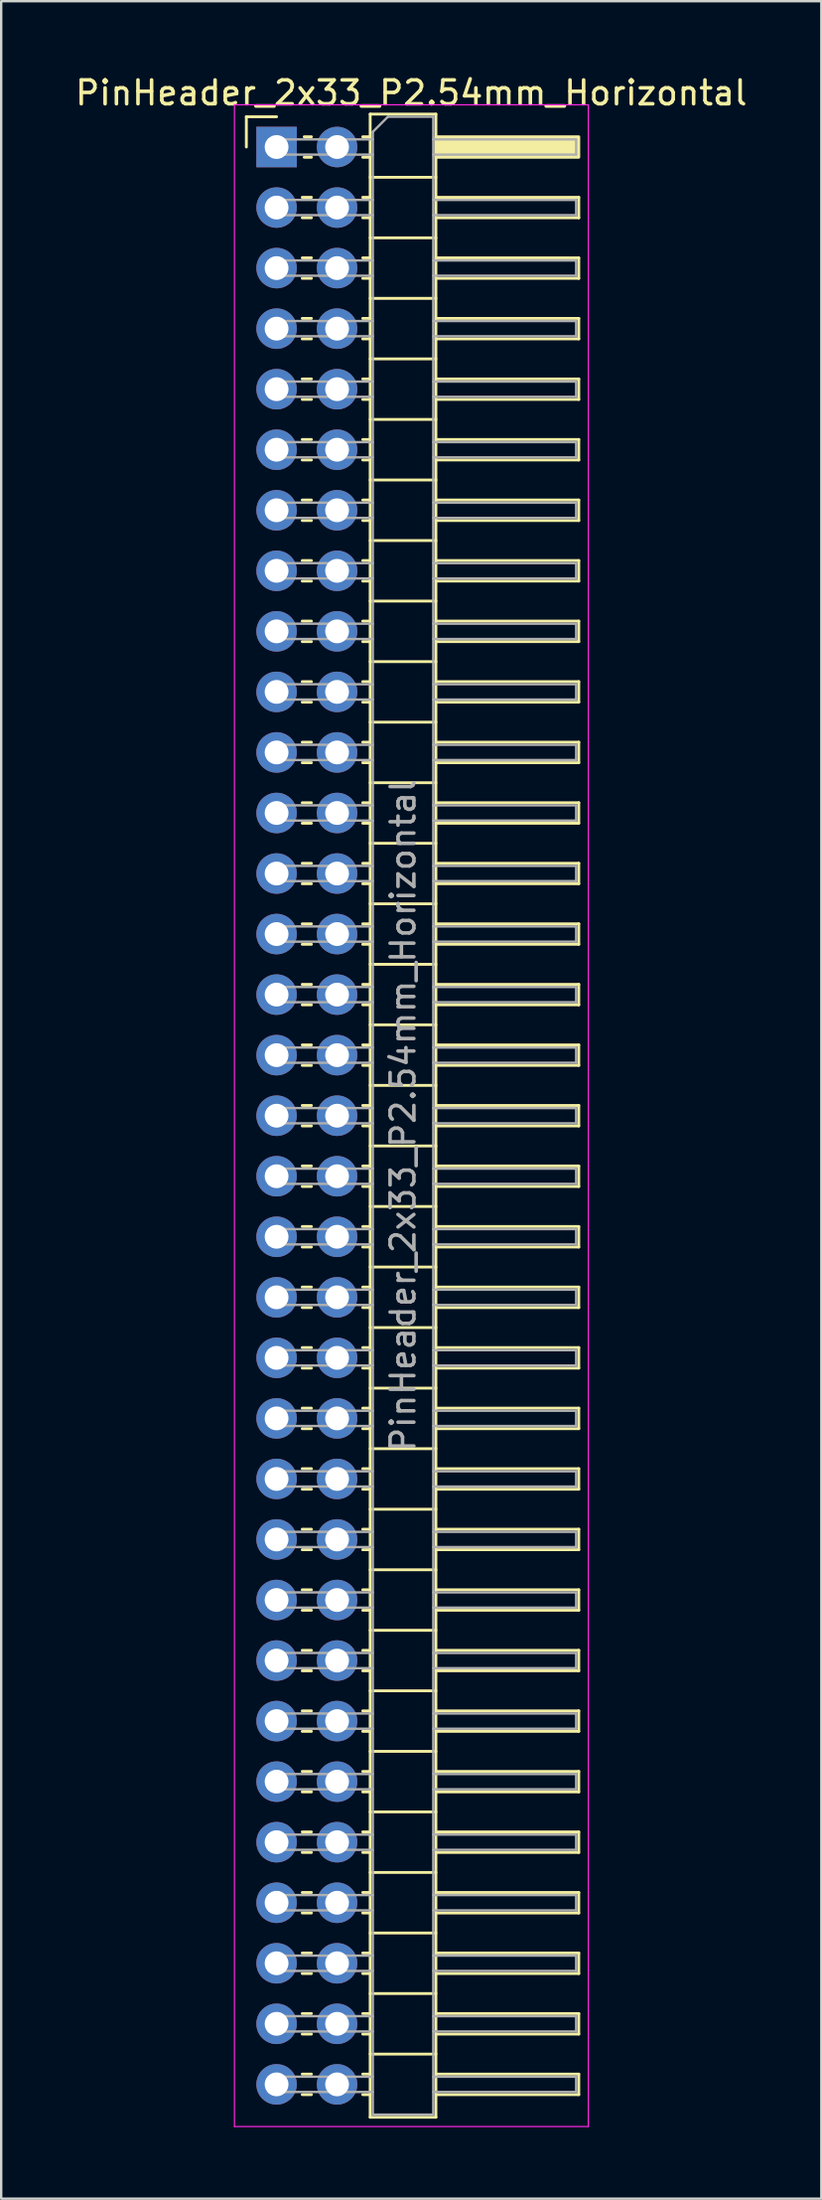
<source format=kicad_pcb>
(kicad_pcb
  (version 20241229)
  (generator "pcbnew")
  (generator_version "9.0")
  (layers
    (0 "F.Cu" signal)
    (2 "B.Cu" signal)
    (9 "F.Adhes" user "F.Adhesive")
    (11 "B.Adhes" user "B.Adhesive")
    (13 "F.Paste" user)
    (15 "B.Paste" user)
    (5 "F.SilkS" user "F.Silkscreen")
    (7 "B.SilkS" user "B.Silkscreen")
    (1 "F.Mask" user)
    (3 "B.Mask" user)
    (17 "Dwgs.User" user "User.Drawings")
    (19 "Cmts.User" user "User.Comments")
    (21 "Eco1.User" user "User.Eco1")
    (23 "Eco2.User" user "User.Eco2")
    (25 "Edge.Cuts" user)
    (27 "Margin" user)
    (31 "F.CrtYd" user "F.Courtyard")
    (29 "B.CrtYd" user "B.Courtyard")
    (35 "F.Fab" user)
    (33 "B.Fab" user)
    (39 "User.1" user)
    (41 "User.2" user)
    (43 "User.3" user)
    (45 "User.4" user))
  (footprint "PinHeader_2x33_P2.54mm_Horizontal"
    (layer "F.Cu")
    (at 8.565 3.118)
    (property "Reference" "PinHeader_2x33_P2.54mm_Horizontal" (at 5.655 -2.27 0) (layer "F.SilkS") (effects (font (size 1 1) (thickness 0.15))))
    (attr through_hole)
    (fp_line (start -1.27 -1.27) (end 0 -1.27) (stroke (width 0.12) (type solid)) (layer "F.SilkS"))
    (fp_line (start -1.27 0) (end -1.27 -1.27) (stroke (width 0.12) (type solid)) (layer "F.SilkS"))
    (fp_line (start 1.077 2.11) (end 1.463 2.11) (stroke (width 0.12) (type solid)) (layer "F.SilkS"))
    (fp_line (start 1.077 2.97) (end 1.463 2.97) (stroke (width 0.12) (type solid)) (layer "F.SilkS"))
    (fp_line (start 1.077 4.65) (end 1.463 4.65) (stroke (width 0.12) (type solid)) (layer "F.SilkS"))
    (fp_line (start 1.077 5.51) (end 1.463 5.51) (stroke (width 0.12) (type solid)) (layer "F.SilkS"))
    (fp_line (start 1.077 7.19) (end 1.463 7.19) (stroke (width 0.12) (type solid)) (layer "F.SilkS"))
    (fp_line (start 1.077 8.05) (end 1.463 8.05) (stroke (width 0.12) (type solid)) (layer "F.SilkS"))
    (fp_line (start 1.077 9.73) (end 1.463 9.73) (stroke (width 0.12) (type solid)) (layer "F.SilkS"))
    (fp_line (start 1.077 10.59) (end 1.463 10.59) (stroke (width 0.12) (type solid)) (layer "F.SilkS"))
    (fp_line (start 1.077 12.27) (end 1.463 12.27) (stroke (width 0.12) (type solid)) (layer "F.SilkS"))
    (fp_line (start 1.077 13.13) (end 1.463 13.13) (stroke (width 0.12) (type solid)) (layer "F.SilkS"))
    (fp_line (start 1.077 14.81) (end 1.463 14.81) (stroke (width 0.12) (type solid)) (layer "F.SilkS"))
    (fp_line (start 1.077 15.67) (end 1.463 15.67) (stroke (width 0.12) (type solid)) (layer "F.SilkS"))
    (fp_line (start 1.077 17.35) (end 1.463 17.35) (stroke (width 0.12) (type solid)) (layer "F.SilkS"))
    (fp_line (start 1.077 18.21) (end 1.463 18.21) (stroke (width 0.12) (type solid)) (layer "F.SilkS"))
    (fp_line (start 1.077 19.89) (end 1.463 19.89) (stroke (width 0.12) (type solid)) (layer "F.SilkS"))
    (fp_line (start 1.077 20.75) (end 1.463 20.75) (stroke (width 0.12) (type solid)) (layer "F.SilkS"))
    (fp_line (start 1.077 22.43) (end 1.463 22.43) (stroke (width 0.12) (type solid)) (layer "F.SilkS"))
    (fp_line (start 1.077 23.29) (end 1.463 23.29) (stroke (width 0.12) (type solid)) (layer "F.SilkS"))
    (fp_line (start 1.077 24.97) (end 1.463 24.97) (stroke (width 0.12) (type solid)) (layer "F.SilkS"))
    (fp_line (start 1.077 25.83) (end 1.463 25.83) (stroke (width 0.12) (type solid)) (layer "F.SilkS"))
    (fp_line (start 1.077 27.51) (end 1.463 27.51) (stroke (width 0.12) (type solid)) (layer "F.SilkS"))
    (fp_line (start 1.077 28.37) (end 1.463 28.37) (stroke (width 0.12) (type solid)) (layer "F.SilkS"))
    (fp_line (start 1.077 30.05) (end 1.463 30.05) (stroke (width 0.12) (type solid)) (layer "F.SilkS"))
    (fp_line (start 1.077 30.91) (end 1.463 30.91) (stroke (width 0.12) (type solid)) (layer "F.SilkS"))
    (fp_line (start 1.077 32.59) (end 1.463 32.59) (stroke (width 0.12) (type solid)) (layer "F.SilkS"))
    (fp_line (start 1.077 33.45) (end 1.463 33.45) (stroke (width 0.12) (type solid)) (layer "F.SilkS"))
    (fp_line (start 1.077 35.13) (end 1.463 35.13) (stroke (width 0.12) (type solid)) (layer "F.SilkS"))
    (fp_line (start 1.077 35.99) (end 1.463 35.99) (stroke (width 0.12) (type solid)) (layer "F.SilkS"))
    (fp_line (start 1.077 37.67) (end 1.463 37.67) (stroke (width 0.12) (type solid)) (layer "F.SilkS"))
    (fp_line (start 1.077 38.53) (end 1.463 38.53) (stroke (width 0.12) (type solid)) (layer "F.SilkS"))
    (fp_line (start 1.077 40.21) (end 1.463 40.21) (stroke (width 0.12) (type solid)) (layer "F.SilkS"))
    (fp_line (start 1.077 41.07) (end 1.463 41.07) (stroke (width 0.12) (type solid)) (layer "F.SilkS"))
    (fp_line (start 1.077 42.75) (end 1.463 42.75) (stroke (width 0.12) (type solid)) (layer "F.SilkS"))
    (fp_line (start 1.077 43.61) (end 1.463 43.61) (stroke (width 0.12) (type solid)) (layer "F.SilkS"))
    (fp_line (start 1.077 45.29) (end 1.463 45.29) (stroke (width 0.12) (type solid)) (layer "F.SilkS"))
    (fp_line (start 1.077 46.15) (end 1.463 46.15) (stroke (width 0.12) (type solid)) (layer "F.SilkS"))
    (fp_line (start 1.077 47.83) (end 1.463 47.83) (stroke (width 0.12) (type solid)) (layer "F.SilkS"))
    (fp_line (start 1.077 48.69) (end 1.463 48.69) (stroke (width 0.12) (type solid)) (layer "F.SilkS"))
    (fp_line (start 1.077 50.37) (end 1.463 50.37) (stroke (width 0.12) (type solid)) (layer "F.SilkS"))
    (fp_line (start 1.077 51.23) (end 1.463 51.23) (stroke (width 0.12) (type solid)) (layer "F.SilkS"))
    (fp_line (start 1.077 52.91) (end 1.463 52.91) (stroke (width 0.12) (type solid)) (layer "F.SilkS"))
    (fp_line (start 1.077 53.77) (end 1.463 53.77) (stroke (width 0.12) (type solid)) (layer "F.SilkS"))
    (fp_line (start 1.077 55.45) (end 1.463 55.45) (stroke (width 0.12) (type solid)) (layer "F.SilkS"))
    (fp_line (start 1.077 56.31) (end 1.463 56.31) (stroke (width 0.12) (type solid)) (layer "F.SilkS"))
    (fp_line (start 1.077 57.99) (end 1.463 57.99) (stroke (width 0.12) (type solid)) (layer "F.SilkS"))
    (fp_line (start 1.077 58.85) (end 1.463 58.85) (stroke (width 0.12) (type solid)) (layer "F.SilkS"))
    (fp_line (start 1.077 60.53) (end 1.463 60.53) (stroke (width 0.12) (type solid)) (layer "F.SilkS"))
    (fp_line (start 1.077 61.39) (end 1.463 61.39) (stroke (width 0.12) (type solid)) (layer "F.SilkS"))
    (fp_line (start 1.077 63.07) (end 1.463 63.07) (stroke (width 0.12) (type solid)) (layer "F.SilkS"))
    (fp_line (start 1.077 63.93) (end 1.463 63.93) (stroke (width 0.12) (type solid)) (layer "F.SilkS"))
    (fp_line (start 1.077 65.61) (end 1.463 65.61) (stroke (width 0.12) (type solid)) (layer "F.SilkS"))
    (fp_line (start 1.077 66.47) (end 1.463 66.47) (stroke (width 0.12) (type solid)) (layer "F.SilkS"))
    (fp_line (start 1.077 68.15) (end 1.463 68.15) (stroke (width 0.12) (type solid)) (layer "F.SilkS"))
    (fp_line (start 1.077 69.01) (end 1.463 69.01) (stroke (width 0.12) (type solid)) (layer "F.SilkS"))
    (fp_line (start 1.077 70.69) (end 1.463 70.69) (stroke (width 0.12) (type solid)) (layer "F.SilkS"))
    (fp_line (start 1.077 71.55) (end 1.463 71.55) (stroke (width 0.12) (type solid)) (layer "F.SilkS"))
    (fp_line (start 1.077 73.23) (end 1.463 73.23) (stroke (width 0.12) (type solid)) (layer "F.SilkS"))
    (fp_line (start 1.077 74.09) (end 1.463 74.09) (stroke (width 0.12) (type solid)) (layer "F.SilkS"))
    (fp_line (start 1.077 75.77) (end 1.463 75.77) (stroke (width 0.12) (type solid)) (layer "F.SilkS"))
    (fp_line (start 1.077 76.63) (end 1.463 76.63) (stroke (width 0.12) (type solid)) (layer "F.SilkS"))
    (fp_line (start 1.077 78.31) (end 1.463 78.31) (stroke (width 0.12) (type solid)) (layer "F.SilkS"))
    (fp_line (start 1.077 79.17) (end 1.463 79.17) (stroke (width 0.12) (type solid)) (layer "F.SilkS"))
    (fp_line (start 1.077 80.85) (end 1.463 80.85) (stroke (width 0.12) (type solid)) (layer "F.SilkS"))
    (fp_line (start 1.077 81.71) (end 1.463 81.71) (stroke (width 0.12) (type solid)) (layer "F.SilkS"))
    (fp_line (start 1.16 -0.43) (end 1.463 -0.43) (stroke (width 0.12) (type solid)) (layer "F.SilkS"))
    (fp_line (start 1.16 0.43) (end 1.463 0.43) (stroke (width 0.12) (type solid)) (layer "F.SilkS"))
    (fp_line (start 3.617 -0.43) (end 3.93 -0.43) (stroke (width 0.12) (type solid)) (layer "F.SilkS"))
    (fp_line (start 3.617 0.43) (end 3.93 0.43) (stroke (width 0.12) (type solid)) (layer "F.SilkS"))
    (fp_line (start 3.617 2.11) (end 3.93 2.11) (stroke (width 0.12) (type solid)) (layer "F.SilkS"))
    (fp_line (start 3.617 2.97) (end 3.93 2.97) (stroke (width 0.12) (type solid)) (layer "F.SilkS"))
    (fp_line (start 3.617 4.65) (end 3.93 4.65) (stroke (width 0.12) (type solid)) (layer "F.SilkS"))
    (fp_line (start 3.617 5.51) (end 3.93 5.51) (stroke (width 0.12) (type solid)) (layer "F.SilkS"))
    (fp_line (start 3.617 7.19) (end 3.93 7.19) (stroke (width 0.12) (type solid)) (layer "F.SilkS"))
    (fp_line (start 3.617 8.05) (end 3.93 8.05) (stroke (width 0.12) (type solid)) (layer "F.SilkS"))
    (fp_line (start 3.617 9.73) (end 3.93 9.73) (stroke (width 0.12) (type solid)) (layer "F.SilkS"))
    (fp_line (start 3.617 10.59) (end 3.93 10.59) (stroke (width 0.12) (type solid)) (layer "F.SilkS"))
    (fp_line (start 3.617 12.27) (end 3.93 12.27) (stroke (width 0.12) (type solid)) (layer "F.SilkS"))
    (fp_line (start 3.617 13.13) (end 3.93 13.13) (stroke (width 0.12) (type solid)) (layer "F.SilkS"))
    (fp_line (start 3.617 14.81) (end 3.93 14.81) (stroke (width 0.12) (type solid)) (layer "F.SilkS"))
    (fp_line (start 3.617 15.67) (end 3.93 15.67) (stroke (width 0.12) (type solid)) (layer "F.SilkS"))
    (fp_line (start 3.617 17.35) (end 3.93 17.35) (stroke (width 0.12) (type solid)) (layer "F.SilkS"))
    (fp_line (start 3.617 18.21) (end 3.93 18.21) (stroke (width 0.12) (type solid)) (layer "F.SilkS"))
    (fp_line (start 3.617 19.89) (end 3.93 19.89) (stroke (width 0.12) (type solid)) (layer "F.SilkS"))
    (fp_line (start 3.617 20.75) (end 3.93 20.75) (stroke (width 0.12) (type solid)) (layer "F.SilkS"))
    (fp_line (start 3.617 22.43) (end 3.93 22.43) (stroke (width 0.12) (type solid)) (layer "F.SilkS"))
    (fp_line (start 3.617 23.29) (end 3.93 23.29) (stroke (width 0.12) (type solid)) (layer "F.SilkS"))
    (fp_line (start 3.617 24.97) (end 3.93 24.97) (stroke (width 0.12) (type solid)) (layer "F.SilkS"))
    (fp_line (start 3.617 25.83) (end 3.93 25.83) (stroke (width 0.12) (type solid)) (layer "F.SilkS"))
    (fp_line (start 3.617 27.51) (end 3.93 27.51) (stroke (width 0.12) (type solid)) (layer "F.SilkS"))
    (fp_line (start 3.617 28.37) (end 3.93 28.37) (stroke (width 0.12) (type solid)) (layer "F.SilkS"))
    (fp_line (start 3.617 30.05) (end 3.93 30.05) (stroke (width 0.12) (type solid)) (layer "F.SilkS"))
    (fp_line (start 3.617 30.91) (end 3.93 30.91) (stroke (width 0.12) (type solid)) (layer "F.SilkS"))
    (fp_line (start 3.617 32.59) (end 3.93 32.59) (stroke (width 0.12) (type solid)) (layer "F.SilkS"))
    (fp_line (start 3.617 33.45) (end 3.93 33.45) (stroke (width 0.12) (type solid)) (layer "F.SilkS"))
    (fp_line (start 3.617 35.13) (end 3.93 35.13) (stroke (width 0.12) (type solid)) (layer "F.SilkS"))
    (fp_line (start 3.617 35.99) (end 3.93 35.99) (stroke (width 0.12) (type solid)) (layer "F.SilkS"))
    (fp_line (start 3.617 37.67) (end 3.93 37.67) (stroke (width 0.12) (type solid)) (layer "F.SilkS"))
    (fp_line (start 3.617 38.53) (end 3.93 38.53) (stroke (width 0.12) (type solid)) (layer "F.SilkS"))
    (fp_line (start 3.617 40.21) (end 3.93 40.21) (stroke (width 0.12) (type solid)) (layer "F.SilkS"))
    (fp_line (start 3.617 41.07) (end 3.93 41.07) (stroke (width 0.12) (type solid)) (layer "F.SilkS"))
    (fp_line (start 3.617 42.75) (end 3.93 42.75) (stroke (width 0.12) (type solid)) (layer "F.SilkS"))
    (fp_line (start 3.617 43.61) (end 3.93 43.61) (stroke (width 0.12) (type solid)) (layer "F.SilkS"))
    (fp_line (start 3.617 45.29) (end 3.93 45.29) (stroke (width 0.12) (type solid)) (layer "F.SilkS"))
    (fp_line (start 3.617 46.15) (end 3.93 46.15) (stroke (width 0.12) (type solid)) (layer "F.SilkS"))
    (fp_line (start 3.617 47.83) (end 3.93 47.83) (stroke (width 0.12) (type solid)) (layer "F.SilkS"))
    (fp_line (start 3.617 48.69) (end 3.93 48.69) (stroke (width 0.12) (type solid)) (layer "F.SilkS"))
    (fp_line (start 3.617 50.37) (end 3.93 50.37) (stroke (width 0.12) (type solid)) (layer "F.SilkS"))
    (fp_line (start 3.617 51.23) (end 3.93 51.23) (stroke (width 0.12) (type solid)) (layer "F.SilkS"))
    (fp_line (start 3.617 52.91) (end 3.93 52.91) (stroke (width 0.12) (type solid)) (layer "F.SilkS"))
    (fp_line (start 3.617 53.77) (end 3.93 53.77) (stroke (width 0.12) (type solid)) (layer "F.SilkS"))
    (fp_line (start 3.617 55.45) (end 3.93 55.45) (stroke (width 0.12) (type solid)) (layer "F.SilkS"))
    (fp_line (start 3.617 56.31) (end 3.93 56.31) (stroke (width 0.12) (type solid)) (layer "F.SilkS"))
    (fp_line (start 3.617 57.99) (end 3.93 57.99) (stroke (width 0.12) (type solid)) (layer "F.SilkS"))
    (fp_line (start 3.617 58.85) (end 3.93 58.85) (stroke (width 0.12) (type solid)) (layer "F.SilkS"))
    (fp_line (start 3.617 60.53) (end 3.93 60.53) (stroke (width 0.12) (type solid)) (layer "F.SilkS"))
    (fp_line (start 3.617 61.39) (end 3.93 61.39) (stroke (width 0.12) (type solid)) (layer "F.SilkS"))
    (fp_line (start 3.617 63.07) (end 3.93 63.07) (stroke (width 0.12) (type solid)) (layer "F.SilkS"))
    (fp_line (start 3.617 63.93) (end 3.93 63.93) (stroke (width 0.12) (type solid)) (layer "F.SilkS"))
    (fp_line (start 3.617 65.61) (end 3.93 65.61) (stroke (width 0.12) (type solid)) (layer "F.SilkS"))
    (fp_line (start 3.617 66.47) (end 3.93 66.47) (stroke (width 0.12) (type solid)) (layer "F.SilkS"))
    (fp_line (start 3.617 68.15) (end 3.93 68.15) (stroke (width 0.12) (type solid)) (layer "F.SilkS"))
    (fp_line (start 3.617 69.01) (end 3.93 69.01) (stroke (width 0.12) (type solid)) (layer "F.SilkS"))
    (fp_line (start 3.617 70.69) (end 3.93 70.69) (stroke (width 0.12) (type solid)) (layer "F.SilkS"))
    (fp_line (start 3.617 71.55) (end 3.93 71.55) (stroke (width 0.12) (type solid)) (layer "F.SilkS"))
    (fp_line (start 3.617 73.23) (end 3.93 73.23) (stroke (width 0.12) (type solid)) (layer "F.SilkS"))
    (fp_line (start 3.617 74.09) (end 3.93 74.09) (stroke (width 0.12) (type solid)) (layer "F.SilkS"))
    (fp_line (start 3.617 75.77) (end 3.93 75.77) (stroke (width 0.12) (type solid)) (layer "F.SilkS"))
    (fp_line (start 3.617 76.63) (end 3.93 76.63) (stroke (width 0.12) (type solid)) (layer "F.SilkS"))
    (fp_line (start 3.617 78.31) (end 3.93 78.31) (stroke (width 0.12) (type solid)) (layer "F.SilkS"))
    (fp_line (start 3.617 79.17) (end 3.93 79.17) (stroke (width 0.12) (type solid)) (layer "F.SilkS"))
    (fp_line (start 3.617 80.85) (end 3.93 80.85) (stroke (width 0.12) (type solid)) (layer "F.SilkS"))
    (fp_line (start 3.617 81.71) (end 3.93 81.71) (stroke (width 0.12) (type solid)) (layer "F.SilkS"))
    (fp_line (start 3.93 -1.38) (end 3.93 82.66) (stroke (width 0.12) (type solid)) (layer "F.SilkS"))
    (fp_line (start 3.93 1.27) (end 6.69 1.27) (stroke (width 0.12) (type solid)) (layer "F.SilkS"))
    (fp_line (start 3.93 3.81) (end 6.69 3.81) (stroke (width 0.12) (type solid)) (layer "F.SilkS"))
    (fp_line (start 3.93 6.35) (end 6.69 6.35) (stroke (width 0.12) (type solid)) (layer "F.SilkS"))
    (fp_line (start 3.93 8.89) (end 6.69 8.89) (stroke (width 0.12) (type solid)) (layer "F.SilkS"))
    (fp_line (start 3.93 11.43) (end 6.69 11.43) (stroke (width 0.12) (type solid)) (layer "F.SilkS"))
    (fp_line (start 3.93 13.97) (end 6.69 13.97) (stroke (width 0.12) (type solid)) (layer "F.SilkS"))
    (fp_line (start 3.93 16.51) (end 6.69 16.51) (stroke (width 0.12) (type solid)) (layer "F.SilkS"))
    (fp_line (start 3.93 19.05) (end 6.69 19.05) (stroke (width 0.12) (type solid)) (layer "F.SilkS"))
    (fp_line (start 3.93 21.59) (end 6.69 21.59) (stroke (width 0.12) (type solid)) (layer "F.SilkS"))
    (fp_line (start 3.93 24.13) (end 6.69 24.13) (stroke (width 0.12) (type solid)) (layer "F.SilkS"))
    (fp_line (start 3.93 26.67) (end 6.69 26.67) (stroke (width 0.12) (type solid)) (layer "F.SilkS"))
    (fp_line (start 3.93 29.21) (end 6.69 29.21) (stroke (width 0.12) (type solid)) (layer "F.SilkS"))
    (fp_line (start 3.93 31.75) (end 6.69 31.75) (stroke (width 0.12) (type solid)) (layer "F.SilkS"))
    (fp_line (start 3.93 34.29) (end 6.69 34.29) (stroke (width 0.12) (type solid)) (layer "F.SilkS"))
    (fp_line (start 3.93 36.83) (end 6.69 36.83) (stroke (width 0.12) (type solid)) (layer "F.SilkS"))
    (fp_line (start 3.93 39.37) (end 6.69 39.37) (stroke (width 0.12) (type solid)) (layer "F.SilkS"))
    (fp_line (start 3.93 41.91) (end 6.69 41.91) (stroke (width 0.12) (type solid)) (layer "F.SilkS"))
    (fp_line (start 3.93 44.45) (end 6.69 44.45) (stroke (width 0.12) (type solid)) (layer "F.SilkS"))
    (fp_line (start 3.93 46.99) (end 6.69 46.99) (stroke (width 0.12) (type solid)) (layer "F.SilkS"))
    (fp_line (start 3.93 49.53) (end 6.69 49.53) (stroke (width 0.12) (type solid)) (layer "F.SilkS"))
    (fp_line (start 3.93 52.07) (end 6.69 52.07) (stroke (width 0.12) (type solid)) (layer "F.SilkS"))
    (fp_line (start 3.93 54.61) (end 6.69 54.61) (stroke (width 0.12) (type solid)) (layer "F.SilkS"))
    (fp_line (start 3.93 57.15) (end 6.69 57.15) (stroke (width 0.12) (type solid)) (layer "F.SilkS"))
    (fp_line (start 3.93 59.69) (end 6.69 59.69) (stroke (width 0.12) (type solid)) (layer "F.SilkS"))
    (fp_line (start 3.93 62.23) (end 6.69 62.23) (stroke (width 0.12) (type solid)) (layer "F.SilkS"))
    (fp_line (start 3.93 64.77) (end 6.69 64.77) (stroke (width 0.12) (type solid)) (layer "F.SilkS"))
    (fp_line (start 3.93 67.31) (end 6.69 67.31) (stroke (width 0.12) (type solid)) (layer "F.SilkS"))
    (fp_line (start 3.93 69.85) (end 6.69 69.85) (stroke (width 0.12) (type solid)) (layer "F.SilkS"))
    (fp_line (start 3.93 72.39) (end 6.69 72.39) (stroke (width 0.12) (type solid)) (layer "F.SilkS"))
    (fp_line (start 3.93 74.93) (end 6.69 74.93) (stroke (width 0.12) (type solid)) (layer "F.SilkS"))
    (fp_line (start 3.93 77.47) (end 6.69 77.47) (stroke (width 0.12) (type solid)) (layer "F.SilkS"))
    (fp_line (start 3.93 80.01) (end 6.69 80.01) (stroke (width 0.12) (type solid)) (layer "F.SilkS"))
    (fp_line (start 3.93 82.66) (end 6.69 82.66) (stroke (width 0.12) (type solid)) (layer "F.SilkS"))
    (fp_line (start 6.69 -1.38) (end 3.93 -1.38) (stroke (width 0.12) (type solid)) (layer "F.SilkS"))
    (fp_line (start 6.69 2.11) (end 12.69 2.11) (stroke (width 0.12) (type solid)) (layer "F.SilkS"))
    (fp_line (start 6.69 4.65) (end 12.69 4.65) (stroke (width 0.12) (type solid)) (layer "F.SilkS"))
    (fp_line (start 6.69 7.19) (end 12.69 7.19) (stroke (width 0.12) (type solid)) (layer "F.SilkS"))
    (fp_line (start 6.69 9.73) (end 12.69 9.73) (stroke (width 0.12) (type solid)) (layer "F.SilkS"))
    (fp_line (start 6.69 12.27) (end 12.69 12.27) (stroke (width 0.12) (type solid)) (layer "F.SilkS"))
    (fp_line (start 6.69 14.81) (end 12.69 14.81) (stroke (width 0.12) (type solid)) (layer "F.SilkS"))
    (fp_line (start 6.69 17.35) (end 12.69 17.35) (stroke (width 0.12) (type solid)) (layer "F.SilkS"))
    (fp_line (start 6.69 19.89) (end 12.69 19.89) (stroke (width 0.12) (type solid)) (layer "F.SilkS"))
    (fp_line (start 6.69 22.43) (end 12.69 22.43) (stroke (width 0.12) (type solid)) (layer "F.SilkS"))
    (fp_line (start 6.69 24.97) (end 12.69 24.97) (stroke (width 0.12) (type solid)) (layer "F.SilkS"))
    (fp_line (start 6.69 27.51) (end 12.69 27.51) (stroke (width 0.12) (type solid)) (layer "F.SilkS"))
    (fp_line (start 6.69 30.05) (end 12.69 30.05) (stroke (width 0.12) (type solid)) (layer "F.SilkS"))
    (fp_line (start 6.69 32.59) (end 12.69 32.59) (stroke (width 0.12) (type solid)) (layer "F.SilkS"))
    (fp_line (start 6.69 35.13) (end 12.69 35.13) (stroke (width 0.12) (type solid)) (layer "F.SilkS"))
    (fp_line (start 6.69 37.67) (end 12.69 37.67) (stroke (width 0.12) (type solid)) (layer "F.SilkS"))
    (fp_line (start 6.69 40.21) (end 12.69 40.21) (stroke (width 0.12) (type solid)) (layer "F.SilkS"))
    (fp_line (start 6.69 42.75) (end 12.69 42.75) (stroke (width 0.12) (type solid)) (layer "F.SilkS"))
    (fp_line (start 6.69 45.29) (end 12.69 45.29) (stroke (width 0.12) (type solid)) (layer "F.SilkS"))
    (fp_line (start 6.69 47.83) (end 12.69 47.83) (stroke (width 0.12) (type solid)) (layer "F.SilkS"))
    (fp_line (start 6.69 50.37) (end 12.69 50.37) (stroke (width 0.12) (type solid)) (layer "F.SilkS"))
    (fp_line (start 6.69 52.91) (end 12.69 52.91) (stroke (width 0.12) (type solid)) (layer "F.SilkS"))
    (fp_line (start 6.69 55.45) (end 12.69 55.45) (stroke (width 0.12) (type solid)) (layer "F.SilkS"))
    (fp_line (start 6.69 57.99) (end 12.69 57.99) (stroke (width 0.12) (type solid)) (layer "F.SilkS"))
    (fp_line (start 6.69 60.53) (end 12.69 60.53) (stroke (width 0.12) (type solid)) (layer "F.SilkS"))
    (fp_line (start 6.69 63.07) (end 12.69 63.07) (stroke (width 0.12) (type solid)) (layer "F.SilkS"))
    (fp_line (start 6.69 65.61) (end 12.69 65.61) (stroke (width 0.12) (type solid)) (layer "F.SilkS"))
    (fp_line (start 6.69 68.15) (end 12.69 68.15) (stroke (width 0.12) (type solid)) (layer "F.SilkS"))
    (fp_line (start 6.69 70.69) (end 12.69 70.69) (stroke (width 0.12) (type solid)) (layer "F.SilkS"))
    (fp_line (start 6.69 73.23) (end 12.69 73.23) (stroke (width 0.12) (type solid)) (layer "F.SilkS"))
    (fp_line (start 6.69 75.77) (end 12.69 75.77) (stroke (width 0.12) (type solid)) (layer "F.SilkS"))
    (fp_line (start 6.69 78.31) (end 12.69 78.31) (stroke (width 0.12) (type solid)) (layer "F.SilkS"))
    (fp_line (start 6.69 80.85) (end 12.69 80.85) (stroke (width 0.12) (type solid)) (layer "F.SilkS"))
    (fp_line (start 6.69 82.66) (end 6.69 -1.38) (stroke (width 0.12) (type solid)) (layer "F.SilkS"))
    (fp_line (start 12.69 2.11) (end 12.69 2.97) (stroke (width 0.12) (type solid)) (layer "F.SilkS"))
    (fp_line (start 12.69 2.97) (end 6.69 2.97) (stroke (width 0.12) (type solid)) (layer "F.SilkS"))
    (fp_line (start 12.69 4.65) (end 12.69 5.51) (stroke (width 0.12) (type solid)) (layer "F.SilkS"))
    (fp_line (start 12.69 5.51) (end 6.69 5.51) (stroke (width 0.12) (type solid)) (layer "F.SilkS"))
    (fp_line (start 12.69 7.19) (end 12.69 8.05) (stroke (width 0.12) (type solid)) (layer "F.SilkS"))
    (fp_line (start 12.69 8.05) (end 6.69 8.05) (stroke (width 0.12) (type solid)) (layer "F.SilkS"))
    (fp_line (start 12.69 9.73) (end 12.69 10.59) (stroke (width 0.12) (type solid)) (layer "F.SilkS"))
    (fp_line (start 12.69 10.59) (end 6.69 10.59) (stroke (width 0.12) (type solid)) (layer "F.SilkS"))
    (fp_line (start 12.69 12.27) (end 12.69 13.13) (stroke (width 0.12) (type solid)) (layer "F.SilkS"))
    (fp_line (start 12.69 13.13) (end 6.69 13.13) (stroke (width 0.12) (type solid)) (layer "F.SilkS"))
    (fp_line (start 12.69 14.81) (end 12.69 15.67) (stroke (width 0.12) (type solid)) (layer "F.SilkS"))
    (fp_line (start 12.69 15.67) (end 6.69 15.67) (stroke (width 0.12) (type solid)) (layer "F.SilkS"))
    (fp_line (start 12.69 17.35) (end 12.69 18.21) (stroke (width 0.12) (type solid)) (layer "F.SilkS"))
    (fp_line (start 12.69 18.21) (end 6.69 18.21) (stroke (width 0.12) (type solid)) (layer "F.SilkS"))
    (fp_line (start 12.69 19.89) (end 12.69 20.75) (stroke (width 0.12) (type solid)) (layer "F.SilkS"))
    (fp_line (start 12.69 20.75) (end 6.69 20.75) (stroke (width 0.12) (type solid)) (layer "F.SilkS"))
    (fp_line (start 12.69 22.43) (end 12.69 23.29) (stroke (width 0.12) (type solid)) (layer "F.SilkS"))
    (fp_line (start 12.69 23.29) (end 6.69 23.29) (stroke (width 0.12) (type solid)) (layer "F.SilkS"))
    (fp_line (start 12.69 24.97) (end 12.69 25.83) (stroke (width 0.12) (type solid)) (layer "F.SilkS"))
    (fp_line (start 12.69 25.83) (end 6.69 25.83) (stroke (width 0.12) (type solid)) (layer "F.SilkS"))
    (fp_line (start 12.69 27.51) (end 12.69 28.37) (stroke (width 0.12) (type solid)) (layer "F.SilkS"))
    (fp_line (start 12.69 28.37) (end 6.69 28.37) (stroke (width 0.12) (type solid)) (layer "F.SilkS"))
    (fp_line (start 12.69 30.05) (end 12.69 30.91) (stroke (width 0.12) (type solid)) (layer "F.SilkS"))
    (fp_line (start 12.69 30.91) (end 6.69 30.91) (stroke (width 0.12) (type solid)) (layer "F.SilkS"))
    (fp_line (start 12.69 32.59) (end 12.69 33.45) (stroke (width 0.12) (type solid)) (layer "F.SilkS"))
    (fp_line (start 12.69 33.45) (end 6.69 33.45) (stroke (width 0.12) (type solid)) (layer "F.SilkS"))
    (fp_line (start 12.69 35.13) (end 12.69 35.99) (stroke (width 0.12) (type solid)) (layer "F.SilkS"))
    (fp_line (start 12.69 35.99) (end 6.69 35.99) (stroke (width 0.12) (type solid)) (layer "F.SilkS"))
    (fp_line (start 12.69 37.67) (end 12.69 38.53) (stroke (width 0.12) (type solid)) (layer "F.SilkS"))
    (fp_line (start 12.69 38.53) (end 6.69 38.53) (stroke (width 0.12) (type solid)) (layer "F.SilkS"))
    (fp_line (start 12.69 40.21) (end 12.69 41.07) (stroke (width 0.12) (type solid)) (layer "F.SilkS"))
    (fp_line (start 12.69 41.07) (end 6.69 41.07) (stroke (width 0.12) (type solid)) (layer "F.SilkS"))
    (fp_line (start 12.69 42.75) (end 12.69 43.61) (stroke (width 0.12) (type solid)) (layer "F.SilkS"))
    (fp_line (start 12.69 43.61) (end 6.69 43.61) (stroke (width 0.12) (type solid)) (layer "F.SilkS"))
    (fp_line (start 12.69 45.29) (end 12.69 46.15) (stroke (width 0.12) (type solid)) (layer "F.SilkS"))
    (fp_line (start 12.69 46.15) (end 6.69 46.15) (stroke (width 0.12) (type solid)) (layer "F.SilkS"))
    (fp_line (start 12.69 47.83) (end 12.69 48.69) (stroke (width 0.12) (type solid)) (layer "F.SilkS"))
    (fp_line (start 12.69 48.69) (end 6.69 48.69) (stroke (width 0.12) (type solid)) (layer "F.SilkS"))
    (fp_line (start 12.69 50.37) (end 12.69 51.23) (stroke (width 0.12) (type solid)) (layer "F.SilkS"))
    (fp_line (start 12.69 51.23) (end 6.69 51.23) (stroke (width 0.12) (type solid)) (layer "F.SilkS"))
    (fp_line (start 12.69 52.91) (end 12.69 53.77) (stroke (width 0.12) (type solid)) (layer "F.SilkS"))
    (fp_line (start 12.69 53.77) (end 6.69 53.77) (stroke (width 0.12) (type solid)) (layer "F.SilkS"))
    (fp_line (start 12.69 55.45) (end 12.69 56.31) (stroke (width 0.12) (type solid)) (layer "F.SilkS"))
    (fp_line (start 12.69 56.31) (end 6.69 56.31) (stroke (width 0.12) (type solid)) (layer "F.SilkS"))
    (fp_line (start 12.69 57.99) (end 12.69 58.85) (stroke (width 0.12) (type solid)) (layer "F.SilkS"))
    (fp_line (start 12.69 58.85) (end 6.69 58.85) (stroke (width 0.12) (type solid)) (layer "F.SilkS"))
    (fp_line (start 12.69 60.53) (end 12.69 61.39) (stroke (width 0.12) (type solid)) (layer "F.SilkS"))
    (fp_line (start 12.69 61.39) (end 6.69 61.39) (stroke (width 0.12) (type solid)) (layer "F.SilkS"))
    (fp_line (start 12.69 63.07) (end 12.69 63.93) (stroke (width 0.12) (type solid)) (layer "F.SilkS"))
    (fp_line (start 12.69 63.93) (end 6.69 63.93) (stroke (width 0.12) (type solid)) (layer "F.SilkS"))
    (fp_line (start 12.69 65.61) (end 12.69 66.47) (stroke (width 0.12) (type solid)) (layer "F.SilkS"))
    (fp_line (start 12.69 66.47) (end 6.69 66.47) (stroke (width 0.12) (type solid)) (layer "F.SilkS"))
    (fp_line (start 12.69 68.15) (end 12.69 69.01) (stroke (width 0.12) (type solid)) (layer "F.SilkS"))
    (fp_line (start 12.69 69.01) (end 6.69 69.01) (stroke (width 0.12) (type solid)) (layer "F.SilkS"))
    (fp_line (start 12.69 70.69) (end 12.69 71.55) (stroke (width 0.12) (type solid)) (layer "F.SilkS"))
    (fp_line (start 12.69 71.55) (end 6.69 71.55) (stroke (width 0.12) (type solid)) (layer "F.SilkS"))
    (fp_line (start 12.69 73.23) (end 12.69 74.09) (stroke (width 0.12) (type solid)) (layer "F.SilkS"))
    (fp_line (start 12.69 74.09) (end 6.69 74.09) (stroke (width 0.12) (type solid)) (layer "F.SilkS"))
    (fp_line (start 12.69 75.77) (end 12.69 76.63) (stroke (width 0.12) (type solid)) (layer "F.SilkS"))
    (fp_line (start 12.69 76.63) (end 6.69 76.63) (stroke (width 0.12) (type solid)) (layer "F.SilkS"))
    (fp_line (start 12.69 78.31) (end 12.69 79.17) (stroke (width 0.12) (type solid)) (layer "F.SilkS"))
    (fp_line (start 12.69 79.17) (end 6.69 79.17) (stroke (width 0.12) (type solid)) (layer "F.SilkS"))
    (fp_line (start 12.69 80.85) (end 12.69 81.71) (stroke (width 0.12) (type solid)) (layer "F.SilkS"))
    (fp_line (start 12.69 81.71) (end 6.69 81.71) (stroke (width 0.12) (type solid)) (layer "F.SilkS"))
    (fp_rect (start 6.69 -0.43) (end 12.69 0.43) (stroke (width 0.12) (type solid)) (fill yes) (layer "F.SilkS"))
    (fp_line (start -1.77 -1.77) (end -1.77 83.05) (stroke (width 0.05) (type solid)) (layer "F.CrtYd"))
    (fp_line (start -1.77 83.05) (end 13.09 83.05) (stroke (width 0.05) (type solid)) (layer "F.CrtYd"))
    (fp_line (start 13.09 -1.77) (end -1.77 -1.77) (stroke (width 0.05) (type solid)) (layer "F.CrtYd"))
    (fp_line (start 13.09 83.05) (end 13.09 -1.77) (stroke (width 0.05) (type solid)) (layer "F.CrtYd"))
    (fp_line (start -0.32 -0.32) (end -0.32 0.32) (stroke (width 0.1) (type solid)) (layer "F.Fab"))
    (fp_line (start -0.32 -0.32) (end 4.04 -0.32) (stroke (width 0.1) (type solid)) (layer "F.Fab"))
    (fp_line (start -0.32 0.32) (end 4.04 0.32) (stroke (width 0.1) (type solid)) (layer "F.Fab"))
    (fp_line (start -0.32 2.22) (end -0.32 2.86) (stroke (width 0.1) (type solid)) (layer "F.Fab"))
    (fp_line (start -0.32 2.22) (end 4.04 2.22) (stroke (width 0.1) (type solid)) (layer "F.Fab"))
    (fp_line (start -0.32 2.86) (end 4.04 2.86) (stroke (width 0.1) (type solid)) (layer "F.Fab"))
    (fp_line (start -0.32 4.76) (end -0.32 5.4) (stroke (width 0.1) (type solid)) (layer "F.Fab"))
    (fp_line (start -0.32 4.76) (end 4.04 4.76) (stroke (width 0.1) (type solid)) (layer "F.Fab"))
    (fp_line (start -0.32 5.4) (end 4.04 5.4) (stroke (width 0.1) (type solid)) (layer "F.Fab"))
    (fp_line (start -0.32 7.3) (end -0.32 7.94) (stroke (width 0.1) (type solid)) (layer "F.Fab"))
    (fp_line (start -0.32 7.3) (end 4.04 7.3) (stroke (width 0.1) (type solid)) (layer "F.Fab"))
    (fp_line (start -0.32 7.94) (end 4.04 7.94) (stroke (width 0.1) (type solid)) (layer "F.Fab"))
    (fp_line (start -0.32 9.84) (end -0.32 10.48) (stroke (width 0.1) (type solid)) (layer "F.Fab"))
    (fp_line (start -0.32 9.84) (end 4.04 9.84) (stroke (width 0.1) (type solid)) (layer "F.Fab"))
    (fp_line (start -0.32 10.48) (end 4.04 10.48) (stroke (width 0.1) (type solid)) (layer "F.Fab"))
    (fp_line (start -0.32 12.38) (end -0.32 13.02) (stroke (width 0.1) (type solid)) (layer "F.Fab"))
    (fp_line (start -0.32 12.38) (end 4.04 12.38) (stroke (width 0.1) (type solid)) (layer "F.Fab"))
    (fp_line (start -0.32 13.02) (end 4.04 13.02) (stroke (width 0.1) (type solid)) (layer "F.Fab"))
    (fp_line (start -0.32 14.92) (end -0.32 15.56) (stroke (width 0.1) (type solid)) (layer "F.Fab"))
    (fp_line (start -0.32 14.92) (end 4.04 14.92) (stroke (width 0.1) (type solid)) (layer "F.Fab"))
    (fp_line (start -0.32 15.56) (end 4.04 15.56) (stroke (width 0.1) (type solid)) (layer "F.Fab"))
    (fp_line (start -0.32 17.46) (end -0.32 18.1) (stroke (width 0.1) (type solid)) (layer "F.Fab"))
    (fp_line (start -0.32 17.46) (end 4.04 17.46) (stroke (width 0.1) (type solid)) (layer "F.Fab"))
    (fp_line (start -0.32 18.1) (end 4.04 18.1) (stroke (width 0.1) (type solid)) (layer "F.Fab"))
    (fp_line (start -0.32 20) (end -0.32 20.64) (stroke (width 0.1) (type solid)) (layer "F.Fab"))
    (fp_line (start -0.32 20) (end 4.04 20) (stroke (width 0.1) (type solid)) (layer "F.Fab"))
    (fp_line (start -0.32 20.64) (end 4.04 20.64) (stroke (width 0.1) (type solid)) (layer "F.Fab"))
    (fp_line (start -0.32 22.54) (end -0.32 23.18) (stroke (width 0.1) (type solid)) (layer "F.Fab"))
    (fp_line (start -0.32 22.54) (end 4.04 22.54) (stroke (width 0.1) (type solid)) (layer "F.Fab"))
    (fp_line (start -0.32 23.18) (end 4.04 23.18) (stroke (width 0.1) (type solid)) (layer "F.Fab"))
    (fp_line (start -0.32 25.08) (end -0.32 25.72) (stroke (width 0.1) (type solid)) (layer "F.Fab"))
    (fp_line (start -0.32 25.08) (end 4.04 25.08) (stroke (width 0.1) (type solid)) (layer "F.Fab"))
    (fp_line (start -0.32 25.72) (end 4.04 25.72) (stroke (width 0.1) (type solid)) (layer "F.Fab"))
    (fp_line (start -0.32 27.62) (end -0.32 28.26) (stroke (width 0.1) (type solid)) (layer "F.Fab"))
    (fp_line (start -0.32 27.62) (end 4.04 27.62) (stroke (width 0.1) (type solid)) (layer "F.Fab"))
    (fp_line (start -0.32 28.26) (end 4.04 28.26) (stroke (width 0.1) (type solid)) (layer "F.Fab"))
    (fp_line (start -0.32 30.16) (end -0.32 30.8) (stroke (width 0.1) (type solid)) (layer "F.Fab"))
    (fp_line (start -0.32 30.16) (end 4.04 30.16) (stroke (width 0.1) (type solid)) (layer "F.Fab"))
    (fp_line (start -0.32 30.8) (end 4.04 30.8) (stroke (width 0.1) (type solid)) (layer "F.Fab"))
    (fp_line (start -0.32 32.7) (end -0.32 33.34) (stroke (width 0.1) (type solid)) (layer "F.Fab"))
    (fp_line (start -0.32 32.7) (end 4.04 32.7) (stroke (width 0.1) (type solid)) (layer "F.Fab"))
    (fp_line (start -0.32 33.34) (end 4.04 33.34) (stroke (width 0.1) (type solid)) (layer "F.Fab"))
    (fp_line (start -0.32 35.24) (end -0.32 35.88) (stroke (width 0.1) (type solid)) (layer "F.Fab"))
    (fp_line (start -0.32 35.24) (end 4.04 35.24) (stroke (width 0.1) (type solid)) (layer "F.Fab"))
    (fp_line (start -0.32 35.88) (end 4.04 35.88) (stroke (width 0.1) (type solid)) (layer "F.Fab"))
    (fp_line (start -0.32 37.78) (end -0.32 38.42) (stroke (width 0.1) (type solid)) (layer "F.Fab"))
    (fp_line (start -0.32 37.78) (end 4.04 37.78) (stroke (width 0.1) (type solid)) (layer "F.Fab"))
    (fp_line (start -0.32 38.42) (end 4.04 38.42) (stroke (width 0.1) (type solid)) (layer "F.Fab"))
    (fp_line (start -0.32 40.32) (end -0.32 40.96) (stroke (width 0.1) (type solid)) (layer "F.Fab"))
    (fp_line (start -0.32 40.32) (end 4.04 40.32) (stroke (width 0.1) (type solid)) (layer "F.Fab"))
    (fp_line (start -0.32 40.96) (end 4.04 40.96) (stroke (width 0.1) (type solid)) (layer "F.Fab"))
    (fp_line (start -0.32 42.86) (end -0.32 43.5) (stroke (width 0.1) (type solid)) (layer "F.Fab"))
    (fp_line (start -0.32 42.86) (end 4.04 42.86) (stroke (width 0.1) (type solid)) (layer "F.Fab"))
    (fp_line (start -0.32 43.5) (end 4.04 43.5) (stroke (width 0.1) (type solid)) (layer "F.Fab"))
    (fp_line (start -0.32 45.4) (end -0.32 46.04) (stroke (width 0.1) (type solid)) (layer "F.Fab"))
    (fp_line (start -0.32 45.4) (end 4.04 45.4) (stroke (width 0.1) (type solid)) (layer "F.Fab"))
    (fp_line (start -0.32 46.04) (end 4.04 46.04) (stroke (width 0.1) (type solid)) (layer "F.Fab"))
    (fp_line (start -0.32 47.94) (end -0.32 48.58) (stroke (width 0.1) (type solid)) (layer "F.Fab"))
    (fp_line (start -0.32 47.94) (end 4.04 47.94) (stroke (width 0.1) (type solid)) (layer "F.Fab"))
    (fp_line (start -0.32 48.58) (end 4.04 48.58) (stroke (width 0.1) (type solid)) (layer "F.Fab"))
    (fp_line (start -0.32 50.48) (end -0.32 51.12) (stroke (width 0.1) (type solid)) (layer "F.Fab"))
    (fp_line (start -0.32 50.48) (end 4.04 50.48) (stroke (width 0.1) (type solid)) (layer "F.Fab"))
    (fp_line (start -0.32 51.12) (end 4.04 51.12) (stroke (width 0.1) (type solid)) (layer "F.Fab"))
    (fp_line (start -0.32 53.02) (end -0.32 53.66) (stroke (width 0.1) (type solid)) (layer "F.Fab"))
    (fp_line (start -0.32 53.02) (end 4.04 53.02) (stroke (width 0.1) (type solid)) (layer "F.Fab"))
    (fp_line (start -0.32 53.66) (end 4.04 53.66) (stroke (width 0.1) (type solid)) (layer "F.Fab"))
    (fp_line (start -0.32 55.56) (end -0.32 56.2) (stroke (width 0.1) (type solid)) (layer "F.Fab"))
    (fp_line (start -0.32 55.56) (end 4.04 55.56) (stroke (width 0.1) (type solid)) (layer "F.Fab"))
    (fp_line (start -0.32 56.2) (end 4.04 56.2) (stroke (width 0.1) (type solid)) (layer "F.Fab"))
    (fp_line (start -0.32 58.1) (end -0.32 58.74) (stroke (width 0.1) (type solid)) (layer "F.Fab"))
    (fp_line (start -0.32 58.1) (end 4.04 58.1) (stroke (width 0.1) (type solid)) (layer "F.Fab"))
    (fp_line (start -0.32 58.74) (end 4.04 58.74) (stroke (width 0.1) (type solid)) (layer "F.Fab"))
    (fp_line (start -0.32 60.64) (end -0.32 61.28) (stroke (width 0.1) (type solid)) (layer "F.Fab"))
    (fp_line (start -0.32 60.64) (end 4.04 60.64) (stroke (width 0.1) (type solid)) (layer "F.Fab"))
    (fp_line (start -0.32 61.28) (end 4.04 61.28) (stroke (width 0.1) (type solid)) (layer "F.Fab"))
    (fp_line (start -0.32 63.18) (end -0.32 63.82) (stroke (width 0.1) (type solid)) (layer "F.Fab"))
    (fp_line (start -0.32 63.18) (end 4.04 63.18) (stroke (width 0.1) (type solid)) (layer "F.Fab"))
    (fp_line (start -0.32 63.82) (end 4.04 63.82) (stroke (width 0.1) (type solid)) (layer "F.Fab"))
    (fp_line (start -0.32 65.72) (end -0.32 66.36) (stroke (width 0.1) (type solid)) (layer "F.Fab"))
    (fp_line (start -0.32 65.72) (end 4.04 65.72) (stroke (width 0.1) (type solid)) (layer "F.Fab"))
    (fp_line (start -0.32 66.36) (end 4.04 66.36) (stroke (width 0.1) (type solid)) (layer "F.Fab"))
    (fp_line (start -0.32 68.26) (end -0.32 68.9) (stroke (width 0.1) (type solid)) (layer "F.Fab"))
    (fp_line (start -0.32 68.26) (end 4.04 68.26) (stroke (width 0.1) (type solid)) (layer "F.Fab"))
    (fp_line (start -0.32 68.9) (end 4.04 68.9) (stroke (width 0.1) (type solid)) (layer "F.Fab"))
    (fp_line (start -0.32 70.8) (end -0.32 71.44) (stroke (width 0.1) (type solid)) (layer "F.Fab"))
    (fp_line (start -0.32 70.8) (end 4.04 70.8) (stroke (width 0.1) (type solid)) (layer "F.Fab"))
    (fp_line (start -0.32 71.44) (end 4.04 71.44) (stroke (width 0.1) (type solid)) (layer "F.Fab"))
    (fp_line (start -0.32 73.34) (end -0.32 73.98) (stroke (width 0.1) (type solid)) (layer "F.Fab"))
    (fp_line (start -0.32 73.34) (end 4.04 73.34) (stroke (width 0.1) (type solid)) (layer "F.Fab"))
    (fp_line (start -0.32 73.98) (end 4.04 73.98) (stroke (width 0.1) (type solid)) (layer "F.Fab"))
    (fp_line (start -0.32 75.88) (end -0.32 76.52) (stroke (width 0.1) (type solid)) (layer "F.Fab"))
    (fp_line (start -0.32 75.88) (end 4.04 75.88) (stroke (width 0.1) (type solid)) (layer "F.Fab"))
    (fp_line (start -0.32 76.52) (end 4.04 76.52) (stroke (width 0.1) (type solid)) (layer "F.Fab"))
    (fp_line (start -0.32 78.42) (end -0.32 79.06) (stroke (width 0.1) (type solid)) (layer "F.Fab"))
    (fp_line (start -0.32 78.42) (end 4.04 78.42) (stroke (width 0.1) (type solid)) (layer "F.Fab"))
    (fp_line (start -0.32 79.06) (end 4.04 79.06) (stroke (width 0.1) (type solid)) (layer "F.Fab"))
    (fp_line (start -0.32 80.96) (end -0.32 81.6) (stroke (width 0.1) (type solid)) (layer "F.Fab"))
    (fp_line (start -0.32 80.96) (end 4.04 80.96) (stroke (width 0.1) (type solid)) (layer "F.Fab"))
    (fp_line (start -0.32 81.6) (end 4.04 81.6) (stroke (width 0.1) (type solid)) (layer "F.Fab"))
    (fp_line (start 4.04 -0.635) (end 4.675 -1.27) (stroke (width 0.1) (type solid)) (layer "F.Fab"))
    (fp_line (start 4.04 82.55) (end 4.04 -0.635) (stroke (width 0.1) (type solid)) (layer "F.Fab"))
    (fp_line (start 4.675 -1.27) (end 6.58 -1.27) (stroke (width 0.1) (type solid)) (layer "F.Fab"))
    (fp_line (start 6.58 -1.27) (end 6.58 82.55) (stroke (width 0.1) (type solid)) (layer "F.Fab"))
    (fp_line (start 6.58 -0.32) (end 12.58 -0.32) (stroke (width 0.1) (type solid)) (layer "F.Fab"))
    (fp_line (start 6.58 0.32) (end 12.58 0.32) (stroke (width 0.1) (type solid)) (layer "F.Fab"))
    (fp_line (start 6.58 2.22) (end 12.58 2.22) (stroke (width 0.1) (type solid)) (layer "F.Fab"))
    (fp_line (start 6.58 2.86) (end 12.58 2.86) (stroke (width 0.1) (type solid)) (layer "F.Fab"))
    (fp_line (start 6.58 4.76) (end 12.58 4.76) (stroke (width 0.1) (type solid)) (layer "F.Fab"))
    (fp_line (start 6.58 5.4) (end 12.58 5.4) (stroke (width 0.1) (type solid)) (layer "F.Fab"))
    (fp_line (start 6.58 7.3) (end 12.58 7.3) (stroke (width 0.1) (type solid)) (layer "F.Fab"))
    (fp_line (start 6.58 7.94) (end 12.58 7.94) (stroke (width 0.1) (type solid)) (layer "F.Fab"))
    (fp_line (start 6.58 9.84) (end 12.58 9.84) (stroke (width 0.1) (type solid)) (layer "F.Fab"))
    (fp_line (start 6.58 10.48) (end 12.58 10.48) (stroke (width 0.1) (type solid)) (layer "F.Fab"))
    (fp_line (start 6.58 12.38) (end 12.58 12.38) (stroke (width 0.1) (type solid)) (layer "F.Fab"))
    (fp_line (start 6.58 13.02) (end 12.58 13.02) (stroke (width 0.1) (type solid)) (layer "F.Fab"))
    (fp_line (start 6.58 14.92) (end 12.58 14.92) (stroke (width 0.1) (type solid)) (layer "F.Fab"))
    (fp_line (start 6.58 15.56) (end 12.58 15.56) (stroke (width 0.1) (type solid)) (layer "F.Fab"))
    (fp_line (start 6.58 17.46) (end 12.58 17.46) (stroke (width 0.1) (type solid)) (layer "F.Fab"))
    (fp_line (start 6.58 18.1) (end 12.58 18.1) (stroke (width 0.1) (type solid)) (layer "F.Fab"))
    (fp_line (start 6.58 20) (end 12.58 20) (stroke (width 0.1) (type solid)) (layer "F.Fab"))
    (fp_line (start 6.58 20.64) (end 12.58 20.64) (stroke (width 0.1) (type solid)) (layer "F.Fab"))
    (fp_line (start 6.58 22.54) (end 12.58 22.54) (stroke (width 0.1) (type solid)) (layer "F.Fab"))
    (fp_line (start 6.58 23.18) (end 12.58 23.18) (stroke (width 0.1) (type solid)) (layer "F.Fab"))
    (fp_line (start 6.58 25.08) (end 12.58 25.08) (stroke (width 0.1) (type solid)) (layer "F.Fab"))
    (fp_line (start 6.58 25.72) (end 12.58 25.72) (stroke (width 0.1) (type solid)) (layer "F.Fab"))
    (fp_line (start 6.58 27.62) (end 12.58 27.62) (stroke (width 0.1) (type solid)) (layer "F.Fab"))
    (fp_line (start 6.58 28.26) (end 12.58 28.26) (stroke (width 0.1) (type solid)) (layer "F.Fab"))
    (fp_line (start 6.58 30.16) (end 12.58 30.16) (stroke (width 0.1) (type solid)) (layer "F.Fab"))
    (fp_line (start 6.58 30.8) (end 12.58 30.8) (stroke (width 0.1) (type solid)) (layer "F.Fab"))
    (fp_line (start 6.58 32.7) (end 12.58 32.7) (stroke (width 0.1) (type solid)) (layer "F.Fab"))
    (fp_line (start 6.58 33.34) (end 12.58 33.34) (stroke (width 0.1) (type solid)) (layer "F.Fab"))
    (fp_line (start 6.58 35.24) (end 12.58 35.24) (stroke (width 0.1) (type solid)) (layer "F.Fab"))
    (fp_line (start 6.58 35.88) (end 12.58 35.88) (stroke (width 0.1) (type solid)) (layer "F.Fab"))
    (fp_line (start 6.58 37.78) (end 12.58 37.78) (stroke (width 0.1) (type solid)) (layer "F.Fab"))
    (fp_line (start 6.58 38.42) (end 12.58 38.42) (stroke (width 0.1) (type solid)) (layer "F.Fab"))
    (fp_line (start 6.58 40.32) (end 12.58 40.32) (stroke (width 0.1) (type solid)) (layer "F.Fab"))
    (fp_line (start 6.58 40.96) (end 12.58 40.96) (stroke (width 0.1) (type solid)) (layer "F.Fab"))
    (fp_line (start 6.58 42.86) (end 12.58 42.86) (stroke (width 0.1) (type solid)) (layer "F.Fab"))
    (fp_line (start 6.58 43.5) (end 12.58 43.5) (stroke (width 0.1) (type solid)) (layer "F.Fab"))
    (fp_line (start 6.58 45.4) (end 12.58 45.4) (stroke (width 0.1) (type solid)) (layer "F.Fab"))
    (fp_line (start 6.58 46.04) (end 12.58 46.04) (stroke (width 0.1) (type solid)) (layer "F.Fab"))
    (fp_line (start 6.58 47.94) (end 12.58 47.94) (stroke (width 0.1) (type solid)) (layer "F.Fab"))
    (fp_line (start 6.58 48.58) (end 12.58 48.58) (stroke (width 0.1) (type solid)) (layer "F.Fab"))
    (fp_line (start 6.58 50.48) (end 12.58 50.48) (stroke (width 0.1) (type solid)) (layer "F.Fab"))
    (fp_line (start 6.58 51.12) (end 12.58 51.12) (stroke (width 0.1) (type solid)) (layer "F.Fab"))
    (fp_line (start 6.58 53.02) (end 12.58 53.02) (stroke (width 0.1) (type solid)) (layer "F.Fab"))
    (fp_line (start 6.58 53.66) (end 12.58 53.66) (stroke (width 0.1) (type solid)) (layer "F.Fab"))
    (fp_line (start 6.58 55.56) (end 12.58 55.56) (stroke (width 0.1) (type solid)) (layer "F.Fab"))
    (fp_line (start 6.58 56.2) (end 12.58 56.2) (stroke (width 0.1) (type solid)) (layer "F.Fab"))
    (fp_line (start 6.58 58.1) (end 12.58 58.1) (stroke (width 0.1) (type solid)) (layer "F.Fab"))
    (fp_line (start 6.58 58.74) (end 12.58 58.74) (stroke (width 0.1) (type solid)) (layer "F.Fab"))
    (fp_line (start 6.58 60.64) (end 12.58 60.64) (stroke (width 0.1) (type solid)) (layer "F.Fab"))
    (fp_line (start 6.58 61.28) (end 12.58 61.28) (stroke (width 0.1) (type solid)) (layer "F.Fab"))
    (fp_line (start 6.58 63.18) (end 12.58 63.18) (stroke (width 0.1) (type solid)) (layer "F.Fab"))
    (fp_line (start 6.58 63.82) (end 12.58 63.82) (stroke (width 0.1) (type solid)) (layer "F.Fab"))
    (fp_line (start 6.58 65.72) (end 12.58 65.72) (stroke (width 0.1) (type solid)) (layer "F.Fab"))
    (fp_line (start 6.58 66.36) (end 12.58 66.36) (stroke (width 0.1) (type solid)) (layer "F.Fab"))
    (fp_line (start 6.58 68.26) (end 12.58 68.26) (stroke (width 0.1) (type solid)) (layer "F.Fab"))
    (fp_line (start 6.58 68.9) (end 12.58 68.9) (stroke (width 0.1) (type solid)) (layer "F.Fab"))
    (fp_line (start 6.58 70.8) (end 12.58 70.8) (stroke (width 0.1) (type solid)) (layer "F.Fab"))
    (fp_line (start 6.58 71.44) (end 12.58 71.44) (stroke (width 0.1) (type solid)) (layer "F.Fab"))
    (fp_line (start 6.58 73.34) (end 12.58 73.34) (stroke (width 0.1) (type solid)) (layer "F.Fab"))
    (fp_line (start 6.58 73.98) (end 12.58 73.98) (stroke (width 0.1) (type solid)) (layer "F.Fab"))
    (fp_line (start 6.58 75.88) (end 12.58 75.88) (stroke (width 0.1) (type solid)) (layer "F.Fab"))
    (fp_line (start 6.58 76.52) (end 12.58 76.52) (stroke (width 0.1) (type solid)) (layer "F.Fab"))
    (fp_line (start 6.58 78.42) (end 12.58 78.42) (stroke (width 0.1) (type solid)) (layer "F.Fab"))
    (fp_line (start 6.58 79.06) (end 12.58 79.06) (stroke (width 0.1) (type solid)) (layer "F.Fab"))
    (fp_line (start 6.58 80.96) (end 12.58 80.96) (stroke (width 0.1) (type solid)) (layer "F.Fab"))
    (fp_line (start 6.58 81.6) (end 12.58 81.6) (stroke (width 0.1) (type solid)) (layer "F.Fab"))
    (fp_line (start 6.58 82.55) (end 4.04 82.55) (stroke (width 0.1) (type solid)) (layer "F.Fab"))
    (fp_line (start 12.58 -0.32) (end 12.58 0.32) (stroke (width 0.1) (type solid)) (layer "F.Fab"))
    (fp_line (start 12.58 2.22) (end 12.58 2.86) (stroke (width 0.1) (type solid)) (layer "F.Fab"))
    (fp_line (start 12.58 4.76) (end 12.58 5.4) (stroke (width 0.1) (type solid)) (layer "F.Fab"))
    (fp_line (start 12.58 7.3) (end 12.58 7.94) (stroke (width 0.1) (type solid)) (layer "F.Fab"))
    (fp_line (start 12.58 9.84) (end 12.58 10.48) (stroke (width 0.1) (type solid)) (layer "F.Fab"))
    (fp_line (start 12.58 12.38) (end 12.58 13.02) (stroke (width 0.1) (type solid)) (layer "F.Fab"))
    (fp_line (start 12.58 14.92) (end 12.58 15.56) (stroke (width 0.1) (type solid)) (layer "F.Fab"))
    (fp_line (start 12.58 17.46) (end 12.58 18.1) (stroke (width 0.1) (type solid)) (layer "F.Fab"))
    (fp_line (start 12.58 20) (end 12.58 20.64) (stroke (width 0.1) (type solid)) (layer "F.Fab"))
    (fp_line (start 12.58 22.54) (end 12.58 23.18) (stroke (width 0.1) (type solid)) (layer "F.Fab"))
    (fp_line (start 12.58 25.08) (end 12.58 25.72) (stroke (width 0.1) (type solid)) (layer "F.Fab"))
    (fp_line (start 12.58 27.62) (end 12.58 28.26) (stroke (width 0.1) (type solid)) (layer "F.Fab"))
    (fp_line (start 12.58 30.16) (end 12.58 30.8) (stroke (width 0.1) (type solid)) (layer "F.Fab"))
    (fp_line (start 12.58 32.7) (end 12.58 33.34) (stroke (width 0.1) (type solid)) (layer "F.Fab"))
    (fp_line (start 12.58 35.24) (end 12.58 35.88) (stroke (width 0.1) (type solid)) (layer "F.Fab"))
    (fp_line (start 12.58 37.78) (end 12.58 38.42) (stroke (width 0.1) (type solid)) (layer "F.Fab"))
    (fp_line (start 12.58 40.32) (end 12.58 40.96) (stroke (width 0.1) (type solid)) (layer "F.Fab"))
    (fp_line (start 12.58 42.86) (end 12.58 43.5) (stroke (width 0.1) (type solid)) (layer "F.Fab"))
    (fp_line (start 12.58 45.4) (end 12.58 46.04) (stroke (width 0.1) (type solid)) (layer "F.Fab"))
    (fp_line (start 12.58 47.94) (end 12.58 48.58) (stroke (width 0.1) (type solid)) (layer "F.Fab"))
    (fp_line (start 12.58 50.48) (end 12.58 51.12) (stroke (width 0.1) (type solid)) (layer "F.Fab"))
    (fp_line (start 12.58 53.02) (end 12.58 53.66) (stroke (width 0.1) (type solid)) (layer "F.Fab"))
    (fp_line (start 12.58 55.56) (end 12.58 56.2) (stroke (width 0.1) (type solid)) (layer "F.Fab"))
    (fp_line (start 12.58 58.1) (end 12.58 58.74) (stroke (width 0.1) (type solid)) (layer "F.Fab"))
    (fp_line (start 12.58 60.64) (end 12.58 61.28) (stroke (width 0.1) (type solid)) (layer "F.Fab"))
    (fp_line (start 12.58 63.18) (end 12.58 63.82) (stroke (width 0.1) (type solid)) (layer "F.Fab"))
    (fp_line (start 12.58 65.72) (end 12.58 66.36) (stroke (width 0.1) (type solid)) (layer "F.Fab"))
    (fp_line (start 12.58 68.26) (end 12.58 68.9) (stroke (width 0.1) (type solid)) (layer "F.Fab"))
    (fp_line (start 12.58 70.8) (end 12.58 71.44) (stroke (width 0.1) (type solid)) (layer "F.Fab"))
    (fp_line (start 12.58 73.34) (end 12.58 73.98) (stroke (width 0.1) (type solid)) (layer "F.Fab"))
    (fp_line (start 12.58 75.88) (end 12.58 76.52) (stroke (width 0.1) (type solid)) (layer "F.Fab"))
    (fp_line (start 12.58 78.42) (end 12.58 79.06) (stroke (width 0.1) (type solid)) (layer "F.Fab"))
    (fp_line (start 12.58 80.96) (end 12.58 81.6) (stroke (width 0.1) (type solid)) (layer "F.Fab"))
    (fp_text user "${REFERENCE}" (at 5.31 40.64 90) (layer "F.Fab") (effects (font (size 1 1) (thickness 0.15))))
    (pad "1" thru_hole rect (at 0 0) (size 1.7 1.7) (drill 1) (layers "*.Cu" "*.Mask"))
    (pad "2" thru_hole circle (at 2.54 0) (size 1.7 1.7) (drill 1) (layers "*.Cu" "*.Mask"))
    (pad "3" thru_hole circle (at 0 2.54) (size 1.7 1.7) (drill 1) (layers "*.Cu" "*.Mask"))
    (pad "4" thru_hole circle (at 2.54 2.54) (size 1.7 1.7) (drill 1) (layers "*.Cu" "*.Mask"))
    (pad "5" thru_hole circle (at 0 5.08) (size 1.7 1.7) (drill 1) (layers "*.Cu" "*.Mask"))
    (pad "6" thru_hole circle (at 2.54 5.08) (size 1.7 1.7) (drill 1) (layers "*.Cu" "*.Mask"))
    (pad "7" thru_hole circle (at 0 7.62) (size 1.7 1.7) (drill 1) (layers "*.Cu" "*.Mask"))
    (pad "8" thru_hole circle (at 2.54 7.62) (size 1.7 1.7) (drill 1) (layers "*.Cu" "*.Mask"))
    (pad "9" thru_hole circle (at 0 10.16) (size 1.7 1.7) (drill 1) (layers "*.Cu" "*.Mask"))
    (pad "10" thru_hole circle (at 2.54 10.16) (size 1.7 1.7) (drill 1) (layers "*.Cu" "*.Mask"))
    (pad "11" thru_hole circle (at 0 12.7) (size 1.7 1.7) (drill 1) (layers "*.Cu" "*.Mask"))
    (pad "12" thru_hole circle (at 2.54 12.7) (size 1.7 1.7) (drill 1) (layers "*.Cu" "*.Mask"))
    (pad "13" thru_hole circle (at 0 15.24) (size 1.7 1.7) (drill 1) (layers "*.Cu" "*.Mask"))
    (pad "14" thru_hole circle (at 2.54 15.24) (size 1.7 1.7) (drill 1) (layers "*.Cu" "*.Mask"))
    (pad "15" thru_hole circle (at 0 17.78) (size 1.7 1.7) (drill 1) (layers "*.Cu" "*.Mask"))
    (pad "16" thru_hole circle (at 2.54 17.78) (size 1.7 1.7) (drill 1) (layers "*.Cu" "*.Mask"))
    (pad "17" thru_hole circle (at 0 20.32) (size 1.7 1.7) (drill 1) (layers "*.Cu" "*.Mask"))
    (pad "18" thru_hole circle (at 2.54 20.32) (size 1.7 1.7) (drill 1) (layers "*.Cu" "*.Mask"))
    (pad "19" thru_hole circle (at 0 22.86) (size 1.7 1.7) (drill 1) (layers "*.Cu" "*.Mask"))
    (pad "20" thru_hole circle (at 2.54 22.86) (size 1.7 1.7) (drill 1) (layers "*.Cu" "*.Mask"))
    (pad "21" thru_hole circle (at 0 25.4) (size 1.7 1.7) (drill 1) (layers "*.Cu" "*.Mask"))
    (pad "22" thru_hole circle (at 2.54 25.4) (size 1.7 1.7) (drill 1) (layers "*.Cu" "*.Mask"))
    (pad "23" thru_hole circle (at 0 27.94) (size 1.7 1.7) (drill 1) (layers "*.Cu" "*.Mask"))
    (pad "24" thru_hole circle (at 2.54 27.94) (size 1.7 1.7) (drill 1) (layers "*.Cu" "*.Mask"))
    (pad "25" thru_hole circle (at 0 30.48) (size 1.7 1.7) (drill 1) (layers "*.Cu" "*.Mask"))
    (pad "26" thru_hole circle (at 2.54 30.48) (size 1.7 1.7) (drill 1) (layers "*.Cu" "*.Mask"))
    (pad "27" thru_hole circle (at 0 33.02) (size 1.7 1.7) (drill 1) (layers "*.Cu" "*.Mask"))
    (pad "28" thru_hole circle (at 2.54 33.02) (size 1.7 1.7) (drill 1) (layers "*.Cu" "*.Mask"))
    (pad "29" thru_hole circle (at 0 35.56) (size 1.7 1.7) (drill 1) (layers "*.Cu" "*.Mask"))
    (pad "30" thru_hole circle (at 2.54 35.56) (size 1.7 1.7) (drill 1) (layers "*.Cu" "*.Mask"))
    (pad "31" thru_hole circle (at 0 38.1) (size 1.7 1.7) (drill 1) (layers "*.Cu" "*.Mask"))
    (pad "32" thru_hole circle (at 2.54 38.1) (size 1.7 1.7) (drill 1) (layers "*.Cu" "*.Mask"))
    (pad "33" thru_hole circle (at 0 40.64) (size 1.7 1.7) (drill 1) (layers "*.Cu" "*.Mask"))
    (pad "34" thru_hole circle (at 2.54 40.64) (size 1.7 1.7) (drill 1) (layers "*.Cu" "*.Mask"))
    (pad "35" thru_hole circle (at 0 43.18) (size 1.7 1.7) (drill 1) (layers "*.Cu" "*.Mask"))
    (pad "36" thru_hole circle (at 2.54 43.18) (size 1.7 1.7) (drill 1) (layers "*.Cu" "*.Mask"))
    (pad "37" thru_hole circle (at 0 45.72) (size 1.7 1.7) (drill 1) (layers "*.Cu" "*.Mask"))
    (pad "38" thru_hole circle (at 2.54 45.72) (size 1.7 1.7) (drill 1) (layers "*.Cu" "*.Mask"))
    (pad "39" thru_hole circle (at 0 48.26) (size 1.7 1.7) (drill 1) (layers "*.Cu" "*.Mask"))
    (pad "40" thru_hole circle (at 2.54 48.26) (size 1.7 1.7) (drill 1) (layers "*.Cu" "*.Mask"))
    (pad "41" thru_hole circle (at 0 50.8) (size 1.7 1.7) (drill 1) (layers "*.Cu" "*.Mask"))
    (pad "42" thru_hole circle (at 2.54 50.8) (size 1.7 1.7) (drill 1) (layers "*.Cu" "*.Mask"))
    (pad "43" thru_hole circle (at 0 53.34) (size 1.7 1.7) (drill 1) (layers "*.Cu" "*.Mask"))
    (pad "44" thru_hole circle (at 2.54 53.34) (size 1.7 1.7) (drill 1) (layers "*.Cu" "*.Mask"))
    (pad "45" thru_hole circle (at 0 55.88) (size 1.7 1.7) (drill 1) (layers "*.Cu" "*.Mask"))
    (pad "46" thru_hole circle (at 2.54 55.88) (size 1.7 1.7) (drill 1) (layers "*.Cu" "*.Mask"))
    (pad "47" thru_hole circle (at 0 58.42) (size 1.7 1.7) (drill 1) (layers "*.Cu" "*.Mask"))
    (pad "48" thru_hole circle (at 2.54 58.42) (size 1.7 1.7) (drill 1) (layers "*.Cu" "*.Mask"))
    (pad "49" thru_hole circle (at 0 60.96) (size 1.7 1.7) (drill 1) (layers "*.Cu" "*.Mask"))
    (pad "50" thru_hole circle (at 2.54 60.96) (size 1.7 1.7) (drill 1) (layers "*.Cu" "*.Mask"))
    (pad "51" thru_hole circle (at 0 63.5) (size 1.7 1.7) (drill 1) (layers "*.Cu" "*.Mask"))
    (pad "52" thru_hole circle (at 2.54 63.5) (size 1.7 1.7) (drill 1) (layers "*.Cu" "*.Mask"))
    (pad "53" thru_hole circle (at 0 66.04) (size 1.7 1.7) (drill 1) (layers "*.Cu" "*.Mask"))
    (pad "54" thru_hole circle (at 2.54 66.04) (size 1.7 1.7) (drill 1) (layers "*.Cu" "*.Mask"))
    (pad "55" thru_hole circle (at 0 68.58) (size 1.7 1.7) (drill 1) (layers "*.Cu" "*.Mask"))
    (pad "56" thru_hole circle (at 2.54 68.58) (size 1.7 1.7) (drill 1) (layers "*.Cu" "*.Mask"))
    (pad "57" thru_hole circle (at 0 71.12) (size 1.7 1.7) (drill 1) (layers "*.Cu" "*.Mask"))
    (pad "58" thru_hole circle (at 2.54 71.12) (size 1.7 1.7) (drill 1) (layers "*.Cu" "*.Mask"))
    (pad "59" thru_hole circle (at 0 73.66) (size 1.7 1.7) (drill 1) (layers "*.Cu" "*.Mask"))
    (pad "60" thru_hole circle (at 2.54 73.66) (size 1.7 1.7) (drill 1) (layers "*.Cu" "*.Mask"))
    (pad "61" thru_hole circle (at 0 76.2) (size 1.7 1.7) (drill 1) (layers "*.Cu" "*.Mask"))
    (pad "62" thru_hole circle (at 2.54 76.2) (size 1.7 1.7) (drill 1) (layers "*.Cu" "*.Mask"))
    (pad "63" thru_hole circle (at 0 78.74) (size 1.7 1.7) (drill 1) (layers "*.Cu" "*.Mask"))
    (pad "64" thru_hole circle (at 2.54 78.74) (size 1.7 1.7) (drill 1) (layers "*.Cu" "*.Mask"))
    (pad "65" thru_hole circle (at 0 81.28) (size 1.7 1.7) (drill 1) (layers "*.Cu" "*.Mask"))
    (pad "66" thru_hole circle (at 2.54 81.28) (size 1.7 1.7) (drill 1) (layers "*.Cu" "*.Mask")))
  (gr_rect
    (start -3 -3)
    (end 31.44 89.193)
    (stroke (width 0.1) (type default))
    (fill no)
    (layer "Edge.Cuts")))
</source>
